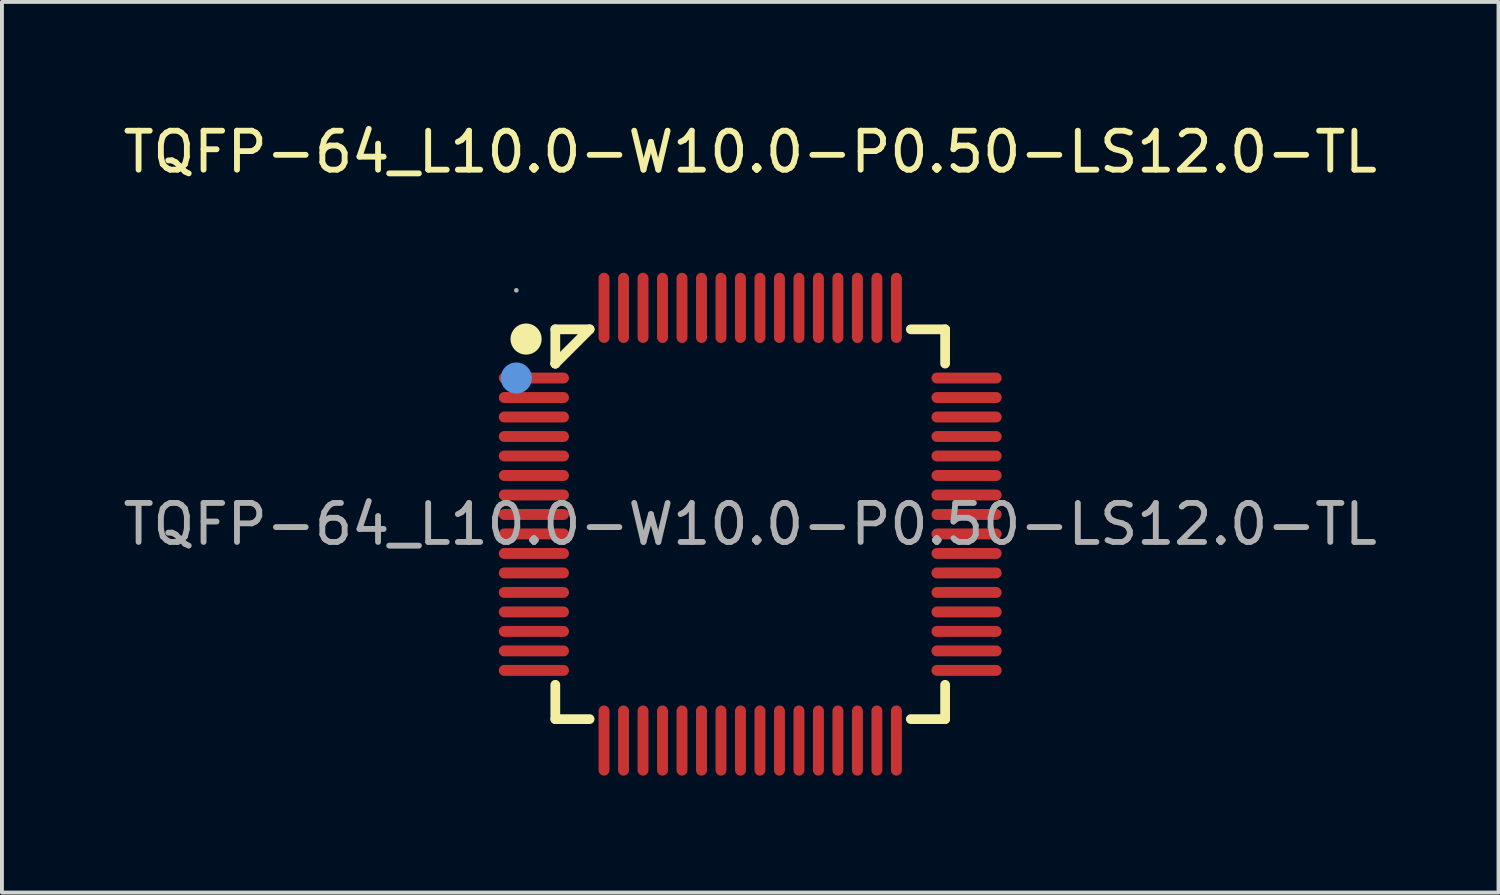
<source format=kicad_pcb>
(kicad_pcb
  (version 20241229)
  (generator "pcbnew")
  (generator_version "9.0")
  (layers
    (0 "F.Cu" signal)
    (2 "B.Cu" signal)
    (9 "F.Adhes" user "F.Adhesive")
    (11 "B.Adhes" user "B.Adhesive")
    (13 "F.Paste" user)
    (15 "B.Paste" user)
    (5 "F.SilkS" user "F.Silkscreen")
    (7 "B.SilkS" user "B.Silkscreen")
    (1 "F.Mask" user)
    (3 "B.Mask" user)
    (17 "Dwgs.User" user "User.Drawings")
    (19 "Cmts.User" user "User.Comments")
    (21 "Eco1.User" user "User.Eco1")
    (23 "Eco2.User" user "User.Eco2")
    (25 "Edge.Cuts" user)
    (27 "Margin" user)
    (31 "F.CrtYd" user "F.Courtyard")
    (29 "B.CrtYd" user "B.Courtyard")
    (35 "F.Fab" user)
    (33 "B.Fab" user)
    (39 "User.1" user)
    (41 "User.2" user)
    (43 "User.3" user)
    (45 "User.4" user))
  (footprint "TQFP-64_L10.0-W10.0-P0.50-LS12.0-TL"
    (layer "F.Cu")
    (at 16.196 10.398)
    (property "Reference" "TQFP-64_L10.0-W10.0-P0.50-LS12.0-TL" (at 0 -9.55 0) (layer "F.SilkS") (effects (font (size 1 1) (thickness 0.15))))
    (attr through_hole)
    (fp_line (start -5 -5) (end -4.12 -5) (stroke (width 0.25) (type solid)) (layer "F.SilkS"))
    (fp_line (start -5 -4.12) (end -5 -5) (stroke (width 0.25) (type solid)) (layer "F.SilkS"))
    (fp_line (start -5 -4.12) (end -5 -4.12) (stroke (width 0.25) (type solid)) (layer "F.SilkS"))
    (fp_line (start -5 -4.12) (end -4.12 -5) (stroke (width 0.25) (type solid)) (layer "F.SilkS"))
    (fp_line (start -5 5) (end -5 4.12) (stroke (width 0.25) (type solid)) (layer "F.SilkS"))
    (fp_line (start -4.12 5) (end -5 5) (stroke (width 0.25) (type solid)) (layer "F.SilkS"))
    (fp_line (start 4.12 -5) (end 5 -5) (stroke (width 0.25) (type solid)) (layer "F.SilkS"))
    (fp_line (start 5 -5) (end 5 -4.12) (stroke (width 0.25) (type solid)) (layer "F.SilkS"))
    (fp_line (start 5 4.12) (end 5 5) (stroke (width 0.25) (type solid)) (layer "F.SilkS"))
    (fp_line (start 5 5) (end 4.12 5) (stroke (width 0.25) (type solid)) (layer "F.SilkS"))
    (fp_circle (center -5.75 -4.75) (end -5.55 -4.75) (stroke (width 0.4) (type solid)) (fill no) (layer "F.SilkS"))
    (fp_circle (center -6 -3.75) (end -5.8 -3.75) (stroke (width 0.4) (type solid)) (fill no) (layer "Cmts.User"))
    (fp_circle (center -6 -6) (end -5.97 -6) (stroke (width 0.06) (type solid)) (fill no) (layer "F.Fab"))
    (fp_text user "${REFERENCE}" (at 0 0 0) (layer "F.Fab") (effects (font (size 1 1) (thickness 0.15))))
    (pad "1" smd oval (at -5.55 -3.75 90) (size 0.28 1.8) (layers "F.Cu" "F.Mask" "F.Paste"))
    (pad "2" smd oval (at -5.55 -3.25 90) (size 0.28 1.8) (layers "F.Cu" "F.Mask" "F.Paste"))
    (pad "3" smd oval (at -5.55 -2.75 90) (size 0.28 1.8) (layers "F.Cu" "F.Mask" "F.Paste"))
    (pad "4" smd oval (at -5.55 -2.25 90) (size 0.28 1.8) (layers "F.Cu" "F.Mask" "F.Paste"))
    (pad "5" smd oval (at -5.55 -1.75 90) (size 0.28 1.8) (layers "F.Cu" "F.Mask" "F.Paste"))
    (pad "6" smd oval (at -5.55 -1.25 90) (size 0.28 1.8) (layers "F.Cu" "F.Mask" "F.Paste"))
    (pad "7" smd oval (at -5.55 -0.75 90) (size 0.28 1.8) (layers "F.Cu" "F.Mask" "F.Paste"))
    (pad "8" smd oval (at -5.55 -0.25 90) (size 0.28 1.8) (layers "F.Cu" "F.Mask" "F.Paste"))
    (pad "9" smd oval (at -5.55 0.25 90) (size 0.28 1.8) (layers "F.Cu" "F.Mask" "F.Paste"))
    (pad "10" smd oval (at -5.55 0.75 90) (size 0.28 1.8) (layers "F.Cu" "F.Mask" "F.Paste"))
    (pad "11" smd oval (at -5.55 1.25 90) (size 0.28 1.8) (layers "F.Cu" "F.Mask" "F.Paste"))
    (pad "12" smd oval (at -5.55 1.75 90) (size 0.28 1.8) (layers "F.Cu" "F.Mask" "F.Paste"))
    (pad "13" smd oval (at -5.55 2.25 90) (size 0.28 1.8) (layers "F.Cu" "F.Mask" "F.Paste"))
    (pad "14" smd oval (at -5.55 2.75 90) (size 0.28 1.8) (layers "F.Cu" "F.Mask" "F.Paste"))
    (pad "15" smd oval (at -5.55 3.25 90) (size 0.28 1.8) (layers "F.Cu" "F.Mask" "F.Paste"))
    (pad "16" smd oval (at -5.55 3.75 90) (size 0.28 1.8) (layers "F.Cu" "F.Mask" "F.Paste"))
    (pad "17" smd oval (at -3.75 5.55) (size 0.28 1.8) (layers "F.Cu" "F.Mask" "F.Paste"))
    (pad "18" smd oval (at -3.25 5.55) (size 0.28 1.8) (layers "F.Cu" "F.Mask" "F.Paste"))
    (pad "19" smd oval (at -2.75 5.55) (size 0.28 1.8) (layers "F.Cu" "F.Mask" "F.Paste"))
    (pad "20" smd oval (at -2.25 5.55) (size 0.28 1.8) (layers "F.Cu" "F.Mask" "F.Paste"))
    (pad "21" smd oval (at -1.75 5.55) (size 0.28 1.8) (layers "F.Cu" "F.Mask" "F.Paste"))
    (pad "22" smd oval (at -1.25 5.55) (size 0.28 1.8) (layers "F.Cu" "F.Mask" "F.Paste"))
    (pad "23" smd oval (at -0.75 5.55) (size 0.28 1.8) (layers "F.Cu" "F.Mask" "F.Paste"))
    (pad "24" smd oval (at -0.25 5.55) (size 0.28 1.8) (layers "F.Cu" "F.Mask" "F.Paste"))
    (pad "25" smd oval (at 0.25 5.55) (size 0.28 1.8) (layers "F.Cu" "F.Mask" "F.Paste"))
    (pad "26" smd oval (at 0.75 5.55) (size 0.28 1.8) (layers "F.Cu" "F.Mask" "F.Paste"))
    (pad "27" smd oval (at 1.25 5.55) (size 0.28 1.8) (layers "F.Cu" "F.Mask" "F.Paste"))
    (pad "28" smd oval (at 1.75 5.55) (size 0.28 1.8) (layers "F.Cu" "F.Mask" "F.Paste"))
    (pad "29" smd oval (at 2.25 5.55) (size 0.28 1.8) (layers "F.Cu" "F.Mask" "F.Paste"))
    (pad "30" smd oval (at 2.75 5.55) (size 0.28 1.8) (layers "F.Cu" "F.Mask" "F.Paste"))
    (pad "31" smd oval (at 3.25 5.55) (size 0.28 1.8) (layers "F.Cu" "F.Mask" "F.Paste"))
    (pad "32" smd oval (at 3.75 5.55) (size 0.28 1.8) (layers "F.Cu" "F.Mask" "F.Paste"))
    (pad "33" smd oval (at 5.55 3.75 90) (size 0.28 1.8) (layers "F.Cu" "F.Mask" "F.Paste"))
    (pad "34" smd oval (at 5.55 3.25 90) (size 0.28 1.8) (layers "F.Cu" "F.Mask" "F.Paste"))
    (pad "35" smd oval (at 5.55 2.75 90) (size 0.28 1.8) (layers "F.Cu" "F.Mask" "F.Paste"))
    (pad "36" smd oval (at 5.55 2.25 90) (size 0.28 1.8) (layers "F.Cu" "F.Mask" "F.Paste"))
    (pad "37" smd oval (at 5.55 1.75 90) (size 0.28 1.8) (layers "F.Cu" "F.Mask" "F.Paste"))
    (pad "38" smd oval (at 5.55 1.25 90) (size 0.28 1.8) (layers "F.Cu" "F.Mask" "F.Paste"))
    (pad "39" smd oval (at 5.55 0.75 90) (size 0.28 1.8) (layers "F.Cu" "F.Mask" "F.Paste"))
    (pad "40" smd oval (at 5.55 0.25 90) (size 0.28 1.8) (layers "F.Cu" "F.Mask" "F.Paste"))
    (pad "41" smd oval (at 5.55 -0.25 90) (size 0.28 1.8) (layers "F.Cu" "F.Mask" "F.Paste"))
    (pad "42" smd oval (at 5.55 -0.75 90) (size 0.28 1.8) (layers "F.Cu" "F.Mask" "F.Paste"))
    (pad "43" smd oval (at 5.55 -1.25 90) (size 0.28 1.8) (layers "F.Cu" "F.Mask" "F.Paste"))
    (pad "44" smd oval (at 5.55 -1.75 90) (size 0.28 1.8) (layers "F.Cu" "F.Mask" "F.Paste"))
    (pad "45" smd oval (at 5.55 -2.25 90) (size 0.28 1.8) (layers "F.Cu" "F.Mask" "F.Paste"))
    (pad "46" smd oval (at 5.55 -2.75 90) (size 0.28 1.8) (layers "F.Cu" "F.Mask" "F.Paste"))
    (pad "47" smd oval (at 5.55 -3.25 90) (size 0.28 1.8) (layers "F.Cu" "F.Mask" "F.Paste"))
    (pad "48" smd oval (at 5.55 -3.75 90) (size 0.28 1.8) (layers "F.Cu" "F.Mask" "F.Paste"))
    (pad "49" smd oval (at 3.75 -5.55) (size 0.28 1.8) (layers "F.Cu" "F.Mask" "F.Paste"))
    (pad "50" smd oval (at 3.25 -5.55) (size 0.28 1.8) (layers "F.Cu" "F.Mask" "F.Paste"))
    (pad "51" smd oval (at 2.75 -5.55) (size 0.28 1.8) (layers "F.Cu" "F.Mask" "F.Paste"))
    (pad "52" smd oval (at 2.25 -5.55) (size 0.28 1.8) (layers "F.Cu" "F.Mask" "F.Paste"))
    (pad "53" smd oval (at 1.75 -5.55) (size 0.28 1.8) (layers "F.Cu" "F.Mask" "F.Paste"))
    (pad "54" smd oval (at 1.25 -5.55) (size 0.28 1.8) (layers "F.Cu" "F.Mask" "F.Paste"))
    (pad "55" smd oval (at 0.75 -5.55) (size 0.28 1.8) (layers "F.Cu" "F.Mask" "F.Paste"))
    (pad "56" smd oval (at 0.25 -5.55) (size 0.28 1.8) (layers "F.Cu" "F.Mask" "F.Paste"))
    (pad "57" smd oval (at -0.25 -5.55) (size 0.28 1.8) (layers "F.Cu" "F.Mask" "F.Paste"))
    (pad "58" smd oval (at -0.75 -5.55) (size 0.28 1.8) (layers "F.Cu" "F.Mask" "F.Paste"))
    (pad "59" smd oval (at -1.25 -5.55) (size 0.28 1.8) (layers "F.Cu" "F.Mask" "F.Paste"))
    (pad "60" smd oval (at -1.75 -5.55) (size 0.28 1.8) (layers "F.Cu" "F.Mask" "F.Paste"))
    (pad "61" smd oval (at -2.25 -5.55) (size 0.28 1.8) (layers "F.Cu" "F.Mask" "F.Paste"))
    (pad "62" smd oval (at -2.75 -5.55) (size 0.28 1.8) (layers "F.Cu" "F.Mask" "F.Paste"))
    (pad "63" smd oval (at -3.25 -5.55) (size 0.28 1.8) (layers "F.Cu" "F.Mask" "F.Paste"))
    (pad "64" smd oval (at -3.75 -5.55) (size 0.28 1.8) (layers "F.Cu" "F.Mask" "F.Paste")))
  (gr_rect
    (start -3 -3)
    (end 35.393 19.848)
    (stroke (width 0.1) (type default))
    (fill no)
    (layer "Edge.Cuts")))
</source>
